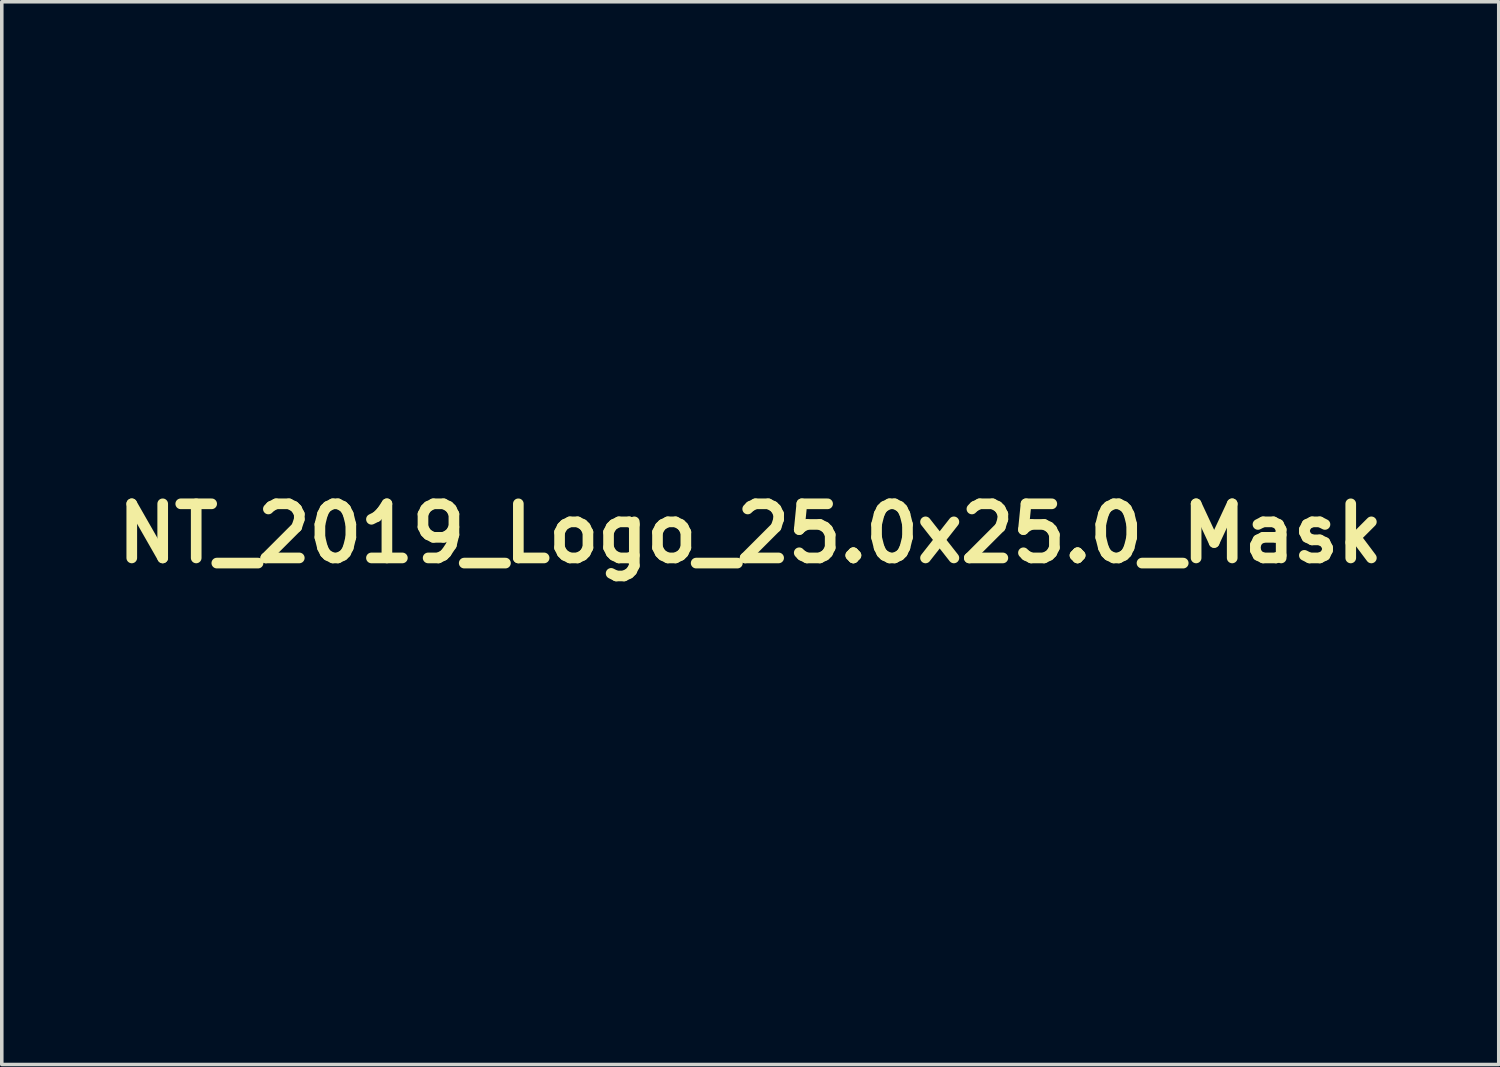
<source format=kicad_pcb>
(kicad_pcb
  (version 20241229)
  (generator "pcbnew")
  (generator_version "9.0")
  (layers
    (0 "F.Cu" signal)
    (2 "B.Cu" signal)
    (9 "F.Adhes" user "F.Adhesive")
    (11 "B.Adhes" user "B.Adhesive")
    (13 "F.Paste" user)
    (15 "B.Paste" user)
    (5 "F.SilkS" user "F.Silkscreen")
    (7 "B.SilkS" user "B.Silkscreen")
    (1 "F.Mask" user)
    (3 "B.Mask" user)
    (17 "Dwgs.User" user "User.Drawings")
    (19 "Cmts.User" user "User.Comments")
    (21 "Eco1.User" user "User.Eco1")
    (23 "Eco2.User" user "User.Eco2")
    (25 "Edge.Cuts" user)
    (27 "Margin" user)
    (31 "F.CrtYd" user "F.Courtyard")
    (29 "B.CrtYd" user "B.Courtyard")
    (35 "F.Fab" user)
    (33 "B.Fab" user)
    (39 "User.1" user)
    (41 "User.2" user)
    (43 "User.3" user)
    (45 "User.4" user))
  (footprint "NT_2019_Logo_25.0x25.0_Mask"
    (layer "F.Cu")
    (at 18.078 11.972)
    (property "Reference" "NT_2019_Logo_25.0x25.0_Mask" (at 0 0 0) (layer "F.SilkS") (effects (font (size 1.524 1.524) (thickness 0.3))))
    (attr through_hole)
    (fp_poly (pts (xy -7.431 5.379) (xy -7.487 5.435) (xy -7.542 5.379) (xy -7.487 5.324) (xy -7.431 5.379)) (stroke (width 0.01) (type solid)) (fill yes) (layer "F.Mask"))
    (fp_poly (pts (xy 5.99 7.043) (xy 5.934 7.099) (xy 5.879 7.043) (xy 5.934 6.988) (xy 5.99 7.043)) (stroke (width 0.01) (type solid)) (fill yes) (layer "F.Mask"))
    (fp_poly (pts (xy 5.99 7.265) (xy 5.934 7.321) (xy 5.879 7.265) (xy 5.934 7.21) (xy 5.99 7.265)) (stroke (width 0.01) (type solid)) (fill yes) (layer "F.Mask"))
    (fp_poly (pts (xy 5.99 7.487) (xy 5.934 7.542) (xy 5.879 7.487) (xy 5.934 7.431) (xy 5.99 7.487)) (stroke (width 0.01) (type solid)) (fill yes) (layer "F.Mask"))
    (fp_poly (pts (xy 5.99 7.709) (xy 5.934 7.764) (xy 5.879 7.709) (xy 5.934 7.653) (xy 5.99 7.709)) (stroke (width 0.01) (type solid)) (fill yes) (layer "F.Mask"))
    (fp_poly (pts (xy 6.1 9.151) (xy 6.045 9.206) (xy 5.99 9.151) (xy 6.045 9.095) (xy 6.1 9.151)) (stroke (width 0.01) (type solid)) (fill yes) (layer "F.Mask"))
    (fp_poly (pts (xy 6.1 9.372) (xy 6.045 9.428) (xy 5.99 9.372) (xy 6.045 9.317) (xy 6.1 9.372)) (stroke (width 0.01) (type solid)) (fill yes) (layer "F.Mask"))
    (fp_poly (pts (xy 6.1 9.594) (xy 6.045 9.65) (xy 5.99 9.594) (xy 6.045 9.539) (xy 6.1 9.594)) (stroke (width 0.01) (type solid)) (fill yes) (layer "F.Mask"))
    (fp_poly (pts (xy 6.1 9.816) (xy 6.045 9.872) (xy 5.99 9.816) (xy 6.045 9.761) (xy 6.1 9.816)) (stroke (width 0.01) (type solid)) (fill yes) (layer "F.Mask"))
    (fp_poly (pts (xy 6.211 7.82) (xy 6.156 7.875) (xy 6.1 7.82) (xy 6.156 7.764) (xy 6.211 7.82)) (stroke (width 0.01) (type solid)) (fill yes) (layer "F.Mask"))
    (fp_poly (pts (xy 6.211 8.041) (xy 6.156 8.097) (xy 6.1 8.041) (xy 6.156 7.986) (xy 6.211 8.041)) (stroke (width 0.01) (type solid)) (fill yes) (layer "F.Mask"))
    (fp_poly (pts (xy 6.211 8.263) (xy 6.156 8.319) (xy 6.1 8.263) (xy 6.156 8.208) (xy 6.211 8.263)) (stroke (width 0.01) (type solid)) (fill yes) (layer "F.Mask"))
    (fp_poly (pts (xy 6.322 10.149) (xy 6.267 10.204) (xy 6.211 10.149) (xy 6.267 10.093) (xy 6.322 10.149)) (stroke (width 0.01) (type solid)) (fill yes) (layer "F.Mask"))
    (fp_poly (pts (xy 6.322 10.371) (xy 6.267 10.426) (xy 6.211 10.371) (xy 6.267 10.315) (xy 6.322 10.371)) (stroke (width 0.01) (type solid)) (fill yes) (layer "F.Mask"))
    (fp_poly (pts (xy 6.322 10.593) (xy 6.267 10.648) (xy 6.211 10.593) (xy 6.267 10.537) (xy 6.322 10.593)) (stroke (width 0.01) (type solid)) (fill yes) (layer "F.Mask"))
    (fp_poly (pts (xy 5.842 -10.056) (xy 5.826 -9.991) (xy 5.768 -9.983) (xy 5.676 -10.023) (xy 5.694 -10.056) (xy 5.825 -10.07) (xy 5.842 -10.056)) (stroke (width 0.01) (type solid)) (fill yes) (layer "F.Mask"))
    (fp_poly (pts (xy 3.215 3.524) (xy 3.217 3.549) (xy 3.131 3.656) (xy 3.099 3.66) (xy 3.033 3.592) (xy 3.05 3.549) (xy 3.15 3.444) (xy 3.168 3.438) (xy 3.215 3.524)) (stroke (width 0.01) (type solid)) (fill yes) (layer "F.Mask"))
    (fp_poly (pts (xy 6.611 -10.69) (xy 6.489 -10.537) (xy 6.322 -10.373) (xy 6.232 -10.315) (xy 6.255 -10.385) (xy 6.378 -10.537) (xy 6.544 -10.701) (xy 6.634 -10.759) (xy 6.611 -10.69)) (stroke (width 0.01) (type solid)) (fill yes) (layer "F.Mask"))
    (fp_poly (pts (xy -4.707 6.516) (xy -4.944 6.768) (xy -5.066 6.87) (xy -5.102 6.843) (xy -5.102 6.842) (xy -5.028 6.754) (xy -4.841 6.573) (xy -4.742 6.482) (xy -4.381 6.156) (xy -4.707 6.516)) (stroke (width 0.01) (type solid)) (fill yes) (layer "F.Mask"))
    (fp_poly (pts (xy -2.077 3.838) (xy -2.053 3.986) (xy -2.127 4.155) (xy -2.224 4.215) (xy -2.363 4.136) (xy -2.377 4.116) (xy -2.36 3.985) (xy -2.239 3.858) (xy -2.104 3.822) (xy -2.077 3.838)) (stroke (width 0.01) (type solid)) (fill yes) (layer "F.Mask"))
    (fp_poly (pts (xy -3.551 6.062) (xy -3.344 6.253) (xy -3.106 6.489) (xy -2.862 6.745) (xy -2.706 6.925) (xy -2.671 6.988) (xy -2.772 6.915) (xy -2.978 6.725) (xy -3.217 6.489) (xy -3.46 6.232) (xy -3.616 6.052) (xy -3.651 5.99) (xy -3.551 6.062)) (stroke (width 0.01) (type solid)) (fill yes) (layer "F.Mask"))
    (fp_poly (pts (xy -3.151 4.839) (xy -3.294 5.01) (xy -3.328 5.047) (xy -3.517 5.233) (xy -3.637 5.323) (xy -3.643 5.324) (xy -3.615 5.254) (xy -3.472 5.083) (xy -3.438 5.047) (xy -3.249 4.86) (xy -3.129 4.771) (xy -3.122 4.769) (xy -3.151 4.839)) (stroke (width 0.01) (type solid)) (fill yes) (layer "F.Mask"))
    (fp_poly (pts (xy 9.269 9.277) (xy 9.114 9.457) (xy 8.984 9.594) (xy 8.755 9.82) (xy 8.593 9.96) (xy 8.553 9.983) (xy 8.589 9.912) (xy 8.744 9.732) (xy 8.873 9.594) (xy 9.102 9.369) (xy 9.264 9.229) (xy 9.305 9.206) (xy 9.269 9.277)) (stroke (width 0.01) (type solid)) (fill yes) (layer "F.Mask"))
    (fp_poly (pts (xy 7.958 -9.375) (xy 8.42 -8.924) (xy 8.742 -8.606) (xy 8.946 -8.397) (xy 9.054 -8.276) (xy 9.085 -8.22) (xy 9.065 -8.208) (xy 8.982 -8.283) (xy 8.772 -8.489) (xy 8.465 -8.798) (xy 8.088 -9.182) (xy 7.928 -9.345) (xy 6.821 -10.482) (xy 7.958 -9.375)) (stroke (width 0.01) (type solid)) (fill yes) (layer "F.Mask"))
    (fp_poly (pts (xy -7.693 2.003) (xy -7.598 2.079) (xy -7.224 2.399) (xy -6.857 2.74) (xy -6.529 3.065) (xy -6.276 3.34) (xy -6.131 3.532) (xy -6.113 3.599) (xy -6.206 3.545) (xy -6.422 3.359) (xy -6.73 3.068) (xy -7.099 2.702) (xy -7.16 2.639) (xy -7.532 2.253) (xy -7.745 2.019) (xy -7.798 1.936) (xy -7.693 2.003)) (stroke (width 0.01) (type solid)) (fill yes) (layer "F.Mask"))
    (fp_poly (pts (xy -5.666 4.067) (xy -5.45 4.266) (xy -5.147 4.559) (xy -4.88 4.825) (xy -4.548 5.164) (xy -4.291 5.437) (xy -4.137 5.61) (xy -4.109 5.657) (xy -4.206 5.583) (xy -4.422 5.383) (xy -4.724 5.091) (xy -4.991 4.825) (xy -5.323 4.486) (xy -5.581 4.213) (xy -5.734 4.039) (xy -5.762 3.993) (xy -5.666 4.067)) (stroke (width 0.01) (type solid)) (fill yes) (layer "F.Mask"))
    (fp_poly (pts (xy -0.369 -0.386) (xy -0.047 -0.222) (xy 0.105 0.048) (xy 0.067 0.404) (xy -0.004 0.562) (xy -0.112 0.686) (xy -0.306 0.752) (xy -0.644 0.775) (xy -0.783 0.776) (xy -1.159 0.768) (xy -1.378 0.725) (xy -1.502 0.627) (xy -1.578 0.489) (xy -1.651 0.221) (xy -1.574 -0.037) (xy -1.544 -0.094) (xy -1.4 -0.282) (xy -1.191 -0.38) (xy -0.844 -0.422) (xy -0.369 -0.386)) (stroke (width 0.01) (type solid)) (fill yes) (layer "F.Mask"))
    (fp_poly (pts (xy -3.102 -6.096) (xy -3.05 -5.879) (xy -3.111 -5.65) (xy -3.3 -5.566) (xy -3.534 -5.606) (xy -3.617 -5.704) (xy -3.629 -5.841) (xy -3.53 -5.841) (xy -3.507 -5.686) (xy -3.365 -5.676) (xy -3.195 -5.784) (xy -3.161 -5.88) (xy -3.23 -6.021) (xy -3.376 -6.029) (xy -3.505 -5.914) (xy -3.53 -5.841) (xy -3.629 -5.841) (xy -3.642 -5.979) (xy -3.509 -6.158) (xy -3.3 -6.191) (xy -3.102 -6.096)) (stroke (width 0.01) (type solid)) (fill yes) (layer "F.Mask"))
    (fp_poly (pts (xy -9.758 9.496) (xy -9.522 9.661) (xy -9.372 9.906) (xy -9.354 10.186) (xy -9.48 10.423) (xy -9.777 10.613) (xy -10.106 10.621) (xy -10.363 10.474) (xy -10.514 10.188) (xy -10.376 10.188) (xy -10.241 10.344) (xy -10.035 10.353) (xy -9.827 10.241) (xy -9.688 10.031) (xy -9.67 9.947) (xy -9.676 9.729) (xy -9.805 9.655) (xy -9.906 9.65) (xy -10.206 9.731) (xy -10.375 9.937) (xy -10.376 10.188) (xy -10.514 10.188) (xy -10.519 10.179) (xy -10.489 9.849) (xy -10.312 9.591) (xy -10.037 9.458) (xy -9.758 9.496)) (stroke (width 0.01) (type solid)) (fill yes) (layer "F.Mask"))
    (fp_poly (pts (xy -9.713 -10.461) (xy -9.459 -10.225) (xy -9.438 -10.189) (xy -9.337 -9.958) (xy -9.369 -9.769) (xy -9.465 -9.607) (xy -9.726 -9.374) (xy -10.04 -9.325) (xy -10.34 -9.469) (xy -10.363 -9.491) (xy -10.519 -9.786) (xy -10.504 -9.959) (xy -10.402 -9.959) (xy -10.371 -9.762) (xy -10.194 -9.651) (xy -9.953 -9.668) (xy -9.752 -9.794) (xy -9.701 -9.884) (xy -9.706 -10.139) (xy -9.848 -10.327) (xy -10.065 -10.381) (xy -10.125 -10.365) (xy -10.308 -10.204) (xy -10.402 -9.959) (xy -10.504 -9.959) (xy -10.492 -10.115) (xy -10.324 -10.362) (xy -10.022 -10.511) (xy -9.713 -10.461)) (stroke (width 0.01) (type solid)) (fill yes) (layer "F.Mask"))
    (fp_poly (pts (xy 10.271 9.466) (xy 10.474 9.602) (xy 10.611 9.862) (xy 10.64 10.187) (xy 10.555 10.465) (xy 10.515 10.515) (xy 10.249 10.643) (xy 9.93 10.62) (xy 9.656 10.462) (xy 9.594 10.386) (xy 9.544 10.239) (xy 9.667 10.239) (xy 9.776 10.306) (xy 9.947 10.296) (xy 10.187 10.22) (xy 10.285 10.021) (xy 10.296 9.947) (xy 10.298 9.726) (xy 10.189 9.659) (xy 10.018 9.669) (xy 9.778 9.745) (xy 9.68 9.944) (xy 9.669 10.018) (xy 9.667 10.239) (xy 9.544 10.239) (xy 9.488 10.072) (xy 9.548 9.783) (xy 9.729 9.559) (xy 9.985 9.439) (xy 10.271 9.466)) (stroke (width 0.01) (type solid)) (fill yes) (layer "F.Mask"))
    (fp_poly (pts (xy 10.374 -10.446) (xy 10.572 -10.217) (xy 10.638 -9.918) (xy 10.546 -9.619) (xy 10.445 -9.501) (xy 10.143 -9.334) (xy 9.844 -9.388) (xy 9.65 -9.539) (xy 9.484 -9.773) (xy 9.445 -9.906) (xy 9.65 -9.906) (xy 9.684 -9.713) (xy 9.831 -9.661) (xy 9.955 -9.67) (xy 10.192 -9.749) (xy 10.288 -9.959) (xy 10.295 -10.011) (xy 10.263 -10.287) (xy 10.155 -10.384) (xy 9.918 -10.375) (xy 9.73 -10.201) (xy 9.65 -9.918) (xy 9.65 -9.906) (xy 9.445 -9.906) (xy 9.428 -9.965) (xy 9.524 -10.227) (xy 9.76 -10.442) (xy 10.051 -10.537) (xy 10.067 -10.537) (xy 10.374 -10.446)) (stroke (width 0.01) (type solid)) (fill yes) (layer "F.Mask"))
    (fp_poly (pts (xy -1.406 -11.966) (xy -0.142 -11.962) (xy 1.129 -11.956) (xy 2.389 -11.947) (xy 3.615 -11.937) (xy 4.788 -11.924) (xy 5.886 -11.909) (xy 6.89 -11.892) (xy 7.778 -11.873) (xy 8.53 -11.852) (xy 9.125 -11.83) (xy 9.544 -11.807) (xy 9.764 -11.781) (xy 9.78 -11.777) (xy 10.529 -11.42) (xy 11.142 -10.907) (xy 11.588 -10.268) (xy 11.924 -9.61) (xy 11.954 -0.177) (xy 11.959 1.554) (xy 11.964 3.077) (xy 11.967 4.408) (xy 11.966 5.56) (xy 11.961 6.548) (xy 11.952 7.386) (xy 11.936 8.09) (xy 11.913 8.672) (xy 11.882 9.149) (xy 11.842 9.534) (xy 11.793 9.841) (xy 11.732 10.086) (xy 11.659 10.282) (xy 11.573 10.444) (xy 11.473 10.587) (xy 11.358 10.725) (xy 11.227 10.872) (xy 11.191 10.912) (xy 10.796 11.275) (xy 10.326 11.586) (xy 10.181 11.659) (xy 9.594 11.924) (xy 0.222 11.944) (xy -1.461 11.947) (xy -2.937 11.949) (xy -4.22 11.949) (xy -5.325 11.948) (xy -6.266 11.944) (xy -7.057 11.938) (xy -7.714 11.93) (xy -8.251 11.919) (xy -8.682 11.905) (xy -9.022 11.888) (xy -9.285 11.867) (xy -9.486 11.843) (xy -9.639 11.815) (xy -9.738 11.79) (xy -10.403 11.484) (xy -10.996 11.007) (xy -11.467 10.406) (xy -11.668 10.006) (xy -11.924 9.372) (xy -11.932 7.236) (xy -11.736 7.236) (xy -11.729 8.134) (xy -11.639 8.984) (xy -11.475 9.731) (xy -11.244 10.321) (xy -11.233 10.342) (xy -10.908 10.822) (xy -10.502 11.188) (xy -9.988 11.454) (xy -9.338 11.628) (xy -8.525 11.723) (xy -7.71 11.75) (xy -6.379 11.757) (xy -7.009 11.127) (xy -6.262 11.127) (xy -6.246 11.302) (xy -6.185 11.473) (xy -6.117 11.445) (xy -6.077 11.378) (xy -6.006 11.14) (xy -6.01 11.036) (xy -6.106 10.936) (xy -6.179 10.96) (xy -6.262 11.127) (xy -7.009 11.127) (xy -9.041 9.094) (xy -11.702 6.43) (xy -11.736 7.236) (xy -11.932 7.236) (xy -11.935 6.218) (xy -11.388 6.218) (xy -11.345 6.331) (xy -11.252 6.44) (xy -11.049 6.664) (xy -11.019 6.609) (xy -10.875 6.609) (xy -8.923 8.546) (xy -8.373 9.096) (xy -7.868 9.611) (xy -7.432 10.065) (xy -7.089 10.433) (xy -6.864 10.689) (xy -6.789 10.788) (xy -6.606 11.094) (xy -6.271 10.759) (xy -5.937 10.424) (xy -7.876 8.485) (xy -7.431 8.485) (xy -7.343 8.704) (xy -7.142 8.902) (xy -6.932 8.984) (xy -6.737 8.912) (xy -6.607 8.81) (xy -6.466 8.606) (xy -6.433 8.485) (xy -6.521 8.267) (xy -6.722 8.068) (xy -6.932 7.986) (xy -7.151 8.074) (xy -7.349 8.275) (xy -7.431 8.485) (xy -7.876 8.485) (xy -8.678 7.683) (xy -8.44 7.683) (xy -8.194 7.946) (xy -8.005 8.126) (xy -7.883 8.208) (xy -7.879 8.208) (xy -7.775 8.133) (xy -7.565 7.936) (xy -7.291 7.658) (xy -7.279 7.646) (xy -6.766 7.646) (xy -6.675 7.76) (xy -6.556 7.816) (xy -6.321 7.993) (xy -6.181 8.293) (xy -6.166 8.625) (xy -6.218 8.78) (xy -6.383 9.015) (xy -6.517 9.135) (xy -6.571 9.217) (xy -6.509 9.361) (xy -6.311 9.597) (xy -6.101 9.816) (xy -5.522 10.402) (xy -5.645 10.974) (xy -5.715 11.318) (xy -5.759 11.575) (xy -5.768 11.655) (xy -5.657 11.678) (xy -5.329 11.698) (xy -4.788 11.714) (xy -4.036 11.726) (xy -3.079 11.734) (xy -1.92 11.739) (xy -0.563 11.739) (xy 0.987 11.736) (xy 1.913 11.733) (xy 3.405 11.727) (xy 4.692 11.721) (xy 5.789 11.715) (xy 6.714 11.707) (xy 7.483 11.699) (xy 8.112 11.689) (xy 8.618 11.676) (xy 9.017 11.66) (xy 9.325 11.641) (xy 9.559 11.618) (xy 9.735 11.59) (xy 9.87 11.558) (xy 9.981 11.519) (xy 10.082 11.475) (xy 10.093 11.47) (xy 10.688 11.082) (xy 11.184 10.542) (xy 11.528 9.913) (xy 11.585 9.747) (xy 11.647 9.446) (xy 11.697 9.033) (xy 11.734 8.552) (xy 11.756 8.049) (xy 11.763 7.569) (xy 11.753 7.155) (xy 11.726 6.853) (xy 11.68 6.709) (xy 11.654 6.706) (xy 11.511 6.695) (xy 11.488 6.668) (xy 11.362 6.653) (xy 11.119 6.732) (xy 11.009 6.785) (xy 10.571 6.924) (xy 10.006 6.977) (xy 9.39 6.948) (xy 8.801 6.839) (xy 8.338 6.668) (xy 8.168 6.597) (xy 9.422 6.597) (xy 9.529 6.614) (xy 9.811 6.621) (xy 9.816 6.621) (xy 10.111 6.615) (xy 10.24 6.599) (xy 10.179 6.576) (xy 9.841 6.556) (xy 9.513 6.575) (xy 9.422 6.597) (xy 8.168 6.597) (xy 7.976 6.518) (xy 10.585 6.518) (xy 10.694 6.535) (xy 10.838 6.515) (xy 10.84 6.477) (xy 10.691 6.451) (xy 10.627 6.468) (xy 10.585 6.518) (xy 7.976 6.518) (xy 7.955 6.509) (xy 7.668 6.49) (xy 7.587 6.511) (xy 7.495 6.557) (xy 7.49 6.621) (xy 7.595 6.721) (xy 7.834 6.876) (xy 8.229 7.104) (xy 8.621 7.321) (xy 9.129 7.594) (xy 9.588 7.829) (xy 9.954 8.002) (xy 10.181 8.092) (xy 10.203 8.098) (xy 10.418 8.175) (xy 10.503 8.306) (xy 10.451 8.51) (xy 10.252 8.806) (xy 9.899 9.212) (xy 9.523 9.604) (xy 9.008 10.109) (xy 8.615 10.443) (xy 8.333 10.612) (xy 8.149 10.621) (xy 8.052 10.476) (xy 8.031 10.307) (xy 7.974 10.098) (xy 7.83 9.748) (xy 7.62 9.307) (xy 7.388 8.865) (xy 6.757 7.709) (xy 6.815 8.541) (xy 6.845 9.043) (xy 6.874 9.659) (xy 6.897 10.28) (xy 6.903 10.482) (xy 6.932 11.591) (xy 5.712 11.591) (xy 5.634 10.593) (xy 5.596 10.07) (xy 5.552 9.414) (xy 5.508 8.716) (xy 5.475 8.152) (xy 5.438 7.573) (xy 5.404 7.206) (xy 5.376 7.063) (xy 5.78 7.063) (xy 5.782 7.329) (xy 5.798 7.718) (xy 5.827 8.252) (xy 5.869 8.954) (xy 5.924 9.845) (xy 5.947 10.232) (xy 6.013 11.314) (xy 6.344 11.314) (xy 6.557 11.299) (xy 6.637 11.211) (xy 6.626 10.986) (xy 6.613 10.898) (xy 6.589 10.648) (xy 6.559 10.224) (xy 6.528 9.672) (xy 6.498 9.042) (xy 6.48 8.596) (xy 6.451 7.967) (xy 6.417 7.414) (xy 6.381 6.975) (xy 6.346 6.691) (xy 6.693 6.691) (xy 6.719 6.807) (xy 6.833 7.076) (xy 7.017 7.458) (xy 7.248 7.913) (xy 7.506 8.403) (xy 7.77 8.888) (xy 8.018 9.327) (xy 8.229 9.682) (xy 8.382 9.913) (xy 8.451 9.983) (xy 8.495 10.046) (xy 8.43 10.149) (xy 8.306 10.31) (xy 8.324 10.32) (xy 8.473 10.191) (xy 8.74 9.933) (xy 9.115 9.555) (xy 9.319 9.346) (xy 9.631 9.022) (xy 9.828 8.809) (xy 9.899 8.722) (xy 9.831 8.775) (xy 9.788 8.814) (xy 9.539 9.028) (xy 9.368 9.141) (xy 9.317 9.137) (xy 9.391 8.99) (xy 9.572 8.784) (xy 9.594 8.762) (xy 9.781 8.568) (xy 9.87 8.438) (xy 9.872 8.431) (xy 9.78 8.351) (xy 9.533 8.193) (xy 9.168 7.977) (xy 8.727 7.726) (xy 8.249 7.462) (xy 7.774 7.206) (xy 7.341 6.98) (xy 6.99 6.806) (xy 6.761 6.705) (xy 6.693 6.691) (xy 6.346 6.691) (xy 6.346 6.69) (xy 6.321 6.6) (xy 6.261 6.489) (xy 7.099 6.489) (xy 7.154 6.544) (xy 7.21 6.489) (xy 7.154 6.433) (xy 7.099 6.489) (xy 6.261 6.489) (xy 6.209 6.395) (xy 6.182 6.322) (xy 6.156 6.293) (xy 6.166 6.449) (xy 6.167 6.461) (xy 6.164 6.685) (xy 6.046 6.762) (xy 5.973 6.766) (xy 5.907 6.763) (xy 5.854 6.768) (xy 5.816 6.805) (xy 5.791 6.895) (xy 5.78 7.063) (xy 5.376 7.063) (xy 5.372 7.044) (xy 5.34 7.076) (xy 5.325 7.154) (xy 5.183 7.687) (xy 4.954 8.125) (xy 4.67 8.412) (xy 4.593 8.454) (xy 4.365 8.52) (xy 4.179 8.436) (xy 4.08 8.344) (xy 3.919 8.049) (xy 3.854 7.629) (xy 3.856 7.589) (xy 4.149 7.589) (xy 4.205 7.962) (xy 4.227 8.008) (xy 4.359 8.255) (xy 4.452 8.003) (xy 4.559 7.834) (xy 4.65 7.814) (xy 4.791 7.797) (xy 4.834 7.749) (xy 4.85 7.672) (xy 4.768 7.71) (xy 4.671 7.736) (xy 4.702 7.595) (xy 4.704 7.588) (xy 4.765 7.376) (xy 4.88 7.376) (xy 4.936 7.431) (xy 4.991 7.376) (xy 4.936 7.321) (xy 4.88 7.376) (xy 4.765 7.376) (xy 4.772 7.352) (xy 4.846 7.005) (xy 4.873 6.849) (xy 4.875 6.812) (xy 5 6.812) (xy 5.02 6.956) (xy 5.058 6.958) (xy 5.085 6.809) (xy 5.067 6.745) (xy 5.018 6.703) (xy 5 6.812) (xy 4.875 6.812) (xy 4.897 6.486) (xy 4.83 6.321) (xy 4.687 6.359) (xy 4.483 6.608) (xy 4.445 6.668) (xy 4.233 7.134) (xy 4.149 7.589) (xy 3.856 7.589) (xy 3.885 7.162) (xy 4.014 6.725) (xy 4.045 6.662) (xy 4.154 6.434) (xy 4.141 6.341) (xy 3.99 6.322) (xy 3.948 6.322) (xy 3.449 6.232) (xy 2.984 5.99) (xy 2.614 5.64) (xy 2.395 5.226) (xy 2.374 5.141) (xy 2.352 5.049) (xy 2.693 5.049) (xy 2.887 5.328) (xy 2.917 5.357) (xy 3.055 5.496) (xy 3.029 5.494) (xy 2.945 5.435) (xy 2.792 5.327) (xy 2.793 5.354) (xy 2.922 5.511) (xy 3.14 5.677) (xy 3.301 5.686) (xy 3.417 5.677) (xy 3.41 5.723) (xy 3.466 5.784) (xy 3.691 5.808) (xy 3.808 5.805) (xy 4.27 5.783) (xy 3.882 5.871) (xy 3.642 5.93) (xy 3.608 5.959) (xy 3.767 5.973) (xy 3.806 5.975) (xy 4.12 5.945) (xy 4.129 5.942) (xy 4.768 5.942) (xy 4.843 6.137) (xy 4.999 6.209) (xy 5.09 6.082) (xy 5.09 6.081) (xy 5.227 6.081) (xy 5.33 6.204) (xy 5.379 6.211) (xy 5.498 6.135) (xy 5.541 5.885) (xy 5.542 5.801) (xy 5.657 5.801) (xy 5.666 6.207) (xy 5.701 6.435) (xy 5.772 6.532) (xy 5.836 6.544) (xy 5.934 6.514) (xy 5.973 6.389) (xy 5.962 6.122) (xy 5.937 5.906) (xy 5.866 5.461) (xy 5.842 5.379) (xy 6.034 5.379) (xy 6.107 5.639) (xy 6.27 6.063) (xy 6.277 6.078) (xy 6.394 6.315) (xy 6.51 6.378) (xy 6.644 6.328) (xy 6.731 6.272) (xy 8.365 6.272) (xy 8.375 6.324) (xy 8.494 6.415) (xy 8.621 6.431) (xy 8.652 6.39) (xy 8.565 6.318) (xy 8.479 6.28) (xy 8.365 6.272) (xy 6.731 6.272) (xy 6.766 6.25) (xy 6.793 6.156) (xy 7.321 6.156) (xy 7.376 6.211) (xy 7.431 6.156) (xy 7.376 6.1) (xy 7.321 6.156) (xy 6.793 6.156) (xy 6.794 6.151) (xy 6.724 5.972) (xy 6.624 5.789) (xy 6.992 5.789) (xy 7.072 5.846) (xy 7.172 5.936) (xy 7.165 5.971) (xy 7.223 6.027) (xy 7.387 6.045) (xy 7.606 5.981) (xy 7.636 5.904) (xy 8.006 5.904) (xy 8.097 6.105) (xy 8.208 6.166) (xy 8.501 6.209) (xy 8.747 6.285) (xy 8.886 6.371) (xy 8.875 6.432) (xy 8.898 6.468) (xy 9.099 6.477) (xy 9.437 6.461) (xy 9.868 6.423) (xy 10.353 6.364) (xy 10.426 6.354) (xy 10.752 6.309) (xy 10.987 6.28) (xy 11.036 6.275) (xy 11.125 6.195) (xy 11.124 6.156) (xy 11.424 6.156) (xy 11.48 6.211) (xy 11.535 6.156) (xy 11.48 6.1) (xy 11.424 6.156) (xy 11.124 6.156) (xy 11.117 5.951) (xy 11.108 5.899) (xy 10.984 5.763) (xy 10.697 5.619) (xy 10.302 5.489) (xy 9.857 5.391) (xy 9.539 5.352) (xy 8.959 5.35) (xy 8.49 5.431) (xy 8.164 5.582) (xy 8.01 5.794) (xy 8.006 5.904) (xy 7.636 5.904) (xy 7.653 5.858) (xy 7.562 5.68) (xy 7.355 5.585) (xy 7.134 5.607) (xy 7.06 5.66) (xy 6.992 5.789) (xy 6.624 5.789) (xy 6.582 5.712) (xy 6.394 5.428) (xy 6.303 5.335) (xy 6.686 5.335) (xy 6.71 5.446) (xy 6.718 5.467) (xy 6.805 5.603) (xy 6.855 5.604) (xy 6.843 5.487) (xy 6.78 5.405) (xy 6.686 5.335) (xy 6.303 5.335) (xy 6.217 5.247) (xy 6.139 5.213) (xy 6.046 5.249) (xy 6.034 5.379) (xy 5.842 5.379) (xy 5.793 5.218) (xy 5.727 5.182) (xy 5.678 5.357) (xy 5.657 5.746) (xy 5.657 5.801) (xy 5.542 5.801) (xy 5.542 5.795) (xy 5.533 5.535) (xy 5.495 5.467) (xy 5.402 5.56) (xy 5.376 5.595) (xy 5.242 5.855) (xy 5.227 6.081) (xy 5.09 6.081) (xy 5.102 5.959) (xy 5.166 5.675) (xy 5.28 5.452) (xy 5.403 5.225) (xy 5.375 5.143) (xy 5.222 5.214) (xy 5.053 5.363) (xy 4.839 5.658) (xy 4.768 5.942) (xy 4.129 5.942) (xy 4.333 5.875) (xy 4.513 5.692) (xy 4.52 5.461) (xy 4.387 5.211) (xy 4.271 5.094) (xy 6.433 5.094) (xy 6.473 5.167) (xy 6.627 5.228) (xy 6.942 5.295) (xy 7.016 5.309) (xy 7.089 5.234) (xy 7.099 5.158) (xy 6.999 5.026) (xy 6.766 4.991) (xy 6.532 5.021) (xy 6.433 5.093) (xy 6.433 5.094) (xy 4.271 5.094) (xy 4.149 4.972) (xy 3.839 4.773) (xy 3.492 4.644) (xy 3.142 4.615) (xy 2.93 4.662) (xy 2.707 4.823) (xy 2.693 5.049) (xy 2.352 5.049) (xy 2.316 4.9) (xy 2.226 4.837) (xy 2.037 4.915) (xy 2.011 4.928) (xy 1.557 5.096) (xy 0.965 5.222) (xy 0.315 5.294) (xy -0.31 5.3) (xy -0.426 5.293) (xy -0.933 5.226) (xy -1.442 5.1) (xy -2.025 4.896) (xy -2.458 4.72) (xy -2.493 4.77) (xy -2.44 4.989) (xy -2.298 5.386) (xy -2.062 5.968) (xy -1.765 6.664) (xy -1.393 7.534) (xy -1.123 8.21) (xy -0.957 8.697) (xy -0.9 9.002) (xy -0.955 9.13) (xy -1.126 9.087) (xy -1.418 8.877) (xy -1.835 8.508) (xy -2.379 7.985) (xy -2.56 7.807) (xy -3.997 6.385) (xy -4.406 6.794) (xy -4.814 7.203) (xy -4.556 7.478) (xy -4.374 7.749) (xy -4.402 7.952) (xy -4.642 8.09) (xy -4.843 8.135) (xy -5.366 8.201) (xy -5.738 8.188) (xy -6.017 8.084) (xy -6.263 7.879) (xy -6.267 7.875) (xy -6.34 7.808) (xy -5.728 7.808) (xy -5.601 7.861) (xy -5.299 7.875) (xy -5.28 7.875) (xy -4.981 7.859) (xy -4.802 7.818) (xy -4.779 7.792) (xy -4.862 7.678) (xy -5.064 7.477) (xy -5.222 7.335) (xy -5.657 6.962) (xy -5.657 7.243) (xy -5.683 7.533) (xy -5.724 7.7) (xy -5.728 7.808) (xy -6.34 7.808) (xy -6.543 7.621) (xy -6.712 7.547) (xy -6.766 7.646) (xy -7.279 7.646) (xy -7.261 7.626) (xy -7.017 7.364) (xy -6.926 7.255) (xy -6.985 7.294) (xy -7.144 7.432) (xy -7.578 7.82) (xy -7.271 7.405) (xy -7.09 7.092) (xy -7.059 6.955) (xy -6.655 6.955) (xy -6.584 7.074) (xy -6.405 7.287) (xy -6.301 7.398) (xy -6.042 7.619) (xy -5.875 7.639) (xy -5.788 7.453) (xy -5.769 7.182) (xy -5.789 6.986) (xy -5.891 6.899) (xy -6.139 6.877) (xy -6.211 6.877) (xy -6.489 6.894) (xy -6.644 6.937) (xy -6.655 6.955) (xy -7.059 6.955) (xy -7.032 6.834) (xy -7.084 6.719) (xy -6.855 6.719) (xy -6.296 6.743) (xy -5.738 6.767) (xy -6.224 6.334) (xy -6.485 6.106) (xy -6.666 5.955) (xy -6.723 5.917) (xy -6.745 6.026) (xy -6.786 6.272) (xy -6.795 6.326) (xy -6.855 6.719) (xy -7.084 6.719) (xy -7.102 6.679) (xy -7.194 6.655) (xy -7.322 6.724) (xy -7.562 6.906) (xy -7.86 7.162) (xy -7.868 7.169) (xy -8.44 7.683) (xy -8.678 7.683) (xy -9.595 6.766) (xy -8.984 6.766) (xy -8.901 7.099) (xy -8.686 7.287) (xy -8.396 7.31) (xy -8.085 7.143) (xy -8.078 7.137) (xy -7.891 6.853) (xy -7.891 6.563) (xy -8.054 6.33) (xy -8.357 6.215) (xy -8.43 6.211) (xy -8.768 6.291) (xy -8.951 6.529) (xy -8.984 6.766) (xy -9.595 6.766) (xy -10.313 6.048) (xy -10.594 6.329) (xy -10.875 6.609) (xy -11.019 6.609) (xy -10.912 6.41) (xy -10.831 6.216) (xy -10.889 6.134) (xy -10.94 6.119) (xy -11.189 6.124) (xy -11.28 6.149) (xy -11.388 6.218) (xy -11.935 6.218) (xy -11.937 5.877) (xy -11.77 5.877) (xy -10.149 5.745) (xy -9.772 6.139) (xy -9.395 6.533) (xy -9.09 6.206) (xy -8.825 5.99) (xy -8.565 5.882) (xy -8.524 5.879) (xy -8.371 5.861) (xy -8.3 5.772) (xy -8.298 5.74) (xy -7.875 5.74) (xy -7.807 5.83) (xy -7.632 6.033) (xy -7.459 6.228) (xy -7.043 6.688) (xy -6.973 6.367) (xy -6.917 6.075) (xy -6.89 5.879) (xy -6.941 5.77) (xy -7.145 5.72) (xy -7.376 5.712) (xy -7.674 5.718) (xy -7.852 5.731) (xy -7.875 5.74) (xy -8.298 5.74) (xy -8.289 5.554) (xy -8.289 5.546) (xy -7.986 5.546) (xy -7.542 5.546) (xy -7.264 5.539) (xy -7.11 5.52) (xy -7.099 5.513) (xy -7.171 5.424) (xy -7.358 5.23) (xy -7.481 5.107) (xy -7.255 5.107) (xy -6.264 6.103) (xy -5.886 6.479) (xy -5.566 6.79) (xy -5.334 7.006) (xy -5.223 7.098) (xy -5.219 7.099) (xy -5.119 7.027) (xy -4.908 6.838) (xy -4.634 6.575) (xy -4.102 6.051) (xy -4.164 5.989) (xy -3.934 5.989) (xy -2.666 7.261) (xy -2.238 7.686) (xy -1.868 8.047) (xy -1.582 8.318) (xy -1.407 8.474) (xy -1.366 8.501) (xy -1.397 8.394) (xy -1.502 8.118) (xy -1.669 7.706) (xy -1.882 7.192) (xy -2.067 6.758) (xy -2.313 6.188) (xy -2.529 5.693) (xy -2.7 5.306) (xy -2.811 5.063) (xy -2.846 4.997) (xy -2.941 5.043) (xy -3.145 5.213) (xy -3.413 5.468) (xy -3.934 5.989) (xy -4.164 5.989) (xy -5.127 5.022) (xy -5.514 4.639) (xy -5.848 4.32) (xy -6.097 4.096) (xy -6.228 3.996) (xy -6.23 3.995) (xy -5.927 3.995) (xy -4.052 5.88) (xy -2.943 4.771) (xy -3.723 3.986) (xy -2.773 3.986) (xy -2.683 4.09) (xy -2.6 4.104) (xy -2.488 4.161) (xy -2.501 4.223) (xy -2.472 4.304) (xy -2.258 4.307) (xy -2.003 4.22) (xy -1.922 4.055) (xy -1.775 4.055) (xy -1.721 4.17) (xy -1.664 4.159) (xy -1.598 4.073) (xy -1.407 4.073) (xy -1.207 4.156) (xy -1.081 4.191) (xy -0.823 4.31) (xy -0.728 4.458) (xy -0.808 4.587) (xy -0.971 4.638) (xy -1.182 4.715) (xy -1.195 4.814) (xy -1.015 4.877) (xy -0.945 4.88) (xy -0.715 4.816) (xy -0.596 4.588) (xy -0.596 4.586) (xy -0.598 4.554) (xy -0.277 4.554) (xy -0.175 4.686) (xy 0.094 4.779) (xy 0.111 4.783) (xy 0.393 4.832) (xy 0.571 4.864) (xy 0.582 4.866) (xy 0.663 4.797) (xy 0.666 4.769) (xy 0.569 4.691) (xy 0.339 4.659) (xy 0.044 4.618) (xy -0.044 4.51) (xy 0.079 4.357) (xy 0.229 4.267) (xy 0.334 4.201) (xy 0.721 4.201) (xy 1.019 4.208) (xy 1.272 4.255) (xy 1.397 4.355) (xy 1.358 4.465) (xy 1.283 4.505) (xy 1.131 4.615) (xy 1.109 4.674) (xy 1.189 4.711) (xy 1.331 4.659) (xy 1.507 4.505) (xy 1.553 4.391) (xy 1.462 4.163) (xy 1.237 4.059) (xy 0.985 4.095) (xy 0.721 4.201) (xy 0.334 4.201) (xy 0.441 4.134) (xy 0.52 4.038) (xy 0.515 4.027) (xy 0.381 4.03) (xy 0.162 4.137) (xy -0.069 4.297) (xy -0.237 4.463) (xy -0.277 4.554) (xy -0.598 4.554) (xy -0.614 4.287) (xy -0.813 4.078) (xy -1.158 3.993) (xy -1.186 3.993) (xy -1.402 4.015) (xy -1.407 4.073) (xy -1.598 4.073) (xy -1.557 4.018) (xy -1.553 3.986) (xy -1.607 3.922) (xy 1.554 3.922) (xy 1.635 3.972) (xy 1.719 3.953) (xy 1.862 3.965) (xy 1.886 4.03) (xy 1.959 4.223) (xy 2.119 4.392) (xy 2.231 4.437) (xy 2.395 4.401) (xy 2.487 4.369) (xy 2.65 4.259) (xy 2.623 4.17) (xy 2.434 4.159) (xy 2.385 4.169) (xy 2.179 4.19) (xy 2.111 4.079) (xy 2.107 4.002) (xy 2.176 3.783) (xy 2.274 3.7) (xy 2.42 3.596) (xy 2.44 3.546) (xy 2.35 3.529) (xy 2.124 3.592) (xy 1.998 3.641) (xy 1.727 3.774) (xy 1.57 3.89) (xy 1.554 3.922) (xy -1.607 3.922) (xy -1.637 3.885) (xy -1.664 3.882) (xy -1.761 3.972) (xy -1.775 4.055) (xy -1.922 4.055) (xy -1.906 4.021) (xy -1.946 3.749) (xy -2.036 3.605) (xy -2.21 3.48) (xy -2.356 3.441) (xy -2.406 3.498) (xy -2.382 3.554) (xy -2.38 3.713) (xy -2.486 3.874) (xy -2.629 3.944) (xy -2.675 3.93) (xy -2.767 3.951) (xy -2.773 3.986) (xy -3.723 3.986) (xy -3.826 3.883) (xy -4.189 3.528) (xy -4.502 3.24) (xy -4.509 3.234) (xy -3.66 3.234) (xy -3.589 3.322) (xy -3.449 3.286) (xy -3.383 3.217) (xy -3.246 3.104) (xy -3.153 3.171) (xy -3.163 3.333) (xy -3.162 3.537) (xy -3.086 3.754) (xy -2.974 3.878) (xy -2.952 3.882) (xy -2.942 3.782) (xy -2.932 3.527) (xy -2.93 3.426) (xy 2.621 3.426) (xy 2.752 3.383) (xy 2.842 3.316) (xy 2.972 3.226) (xy 2.979 3.306) (xy 2.948 3.411) (xy 2.92 3.695) (xy 3.036 3.848) (xy 3.199 3.856) (xy 3.341 3.732) (xy 3.361 3.508) (xy 3.363 3.303) (xy 3.431 3.282) (xy 3.5 3.332) (xy 3.631 3.401) (xy 3.647 3.317) (xy 3.55 3.114) (xy 3.486 3.018) (xy 3.313 2.852) (xy 3.186 2.854) (xy 3.159 3.011) (xy 3.176 3.082) (xy 3.205 3.204) (xy 3.136 3.129) (xy 3.123 3.11) (xy 3.015 3.014) (xy 2.879 3.071) (xy 2.779 3.156) (xy 2.625 3.337) (xy 2.621 3.426) (xy -2.93 3.426) (xy -2.928 3.324) (xy -2.935 3.015) (xy -2.962 2.828) (xy -2.985 2.801) (xy -3.122 2.871) (xy -3.355 2.988) (xy -3.57 3.123) (xy -3.66 3.234) (xy -3.66 3.234) (xy -4.509 3.234) (xy -4.728 3.052) (xy -4.827 2.995) (xy -4.961 3.069) (xy -5.193 3.261) (xy -5.436 3.495) (xy -5.927 3.995) (xy -6.23 3.995) (xy -6.237 3.993) (xy -6.314 4.083) (xy -6.322 4.151) (xy -6.401 4.306) (xy -6.604 4.537) (xy -6.789 4.708) (xy -7.255 5.107) (xy -7.481 5.107) (xy -7.542 5.047) (xy -7.986 4.613) (xy -7.986 5.546) (xy -8.289 5.546) (xy -8.302 5.32) (xy -8.309 4.815) (xy -8.255 4.445) (xy -8.148 4.243) (xy -8.074 4.215) (xy -7.909 4.285) (xy -7.69 4.454) (xy -7.686 4.458) (xy -7.428 4.7) (xy -6.984 4.267) (xy -6.541 3.834) (xy -7.762 2.608) (xy -8.182 2.179) (xy -8.54 1.796) (xy -8.808 1.491) (xy -8.823 1.473) (xy -8.319 1.473) (xy -8.303 1.525) (xy -8.152 1.71) (xy -7.888 2.001) (xy -7.533 2.375) (xy -7.267 2.647) (xy -6.846 3.07) (xy -6.481 3.43) (xy -6.198 3.701) (xy -6.025 3.856) (xy -5.987 3.882) (xy -5.883 3.809) (xy -5.674 3.619) (xy -5.437 3.385) (xy -5.192 3.122) (xy -5.034 2.927) (xy -4.998 2.846) (xy -5.108 2.795) (xy -5.381 2.677) (xy -5.488 2.632) (xy -4.151 2.632) (xy -4.141 2.726) (xy -4.008 2.83) (xy -3.784 2.861) (xy -3.563 2.823) (xy -3.442 2.72) (xy -3.438 2.694) (xy -3.366 2.562) (xy -3.321 2.551) (xy -3.261 2.48) (xy -3.286 2.418) (xy -3.297 2.408) (xy 3.448 2.408) (xy 3.478 2.526) (xy 3.591 2.551) (xy 3.786 2.629) (xy 3.882 2.717) (xy 4.021 2.856) (xy 4.074 2.884) (xy 4.088 2.8) (xy 4.064 2.717) (xy 4.077 2.574) (xy 4.146 2.551) (xy 4.324 2.475) (xy 4.492 2.329) (xy 4.618 2.159) (xy 4.581 2.118) (xy 4.396 2.208) (xy 4.219 2.326) (xy 3.952 2.468) (xy 3.801 2.433) (xy 3.771 2.311) (xy 3.861 2.229) (xy 3.938 2.218) (xy 4.086 2.193) (xy 4.104 2.172) (xy 4.139 2.042) (xy 4.176 1.938) (xy 4.187 1.843) (xy 4.083 1.868) (xy 3.844 2.012) (xy 3.576 2.225) (xy 3.448 2.408) (xy -3.297 2.408) (xy -3.369 2.342) (xy -3.413 2.418) (xy -3.547 2.54) (xy -3.614 2.551) (xy -3.756 2.618) (xy -3.771 2.669) (xy -3.842 2.729) (xy -3.904 2.704) (xy -3.98 2.62) (xy -3.904 2.577) (xy -3.821 2.472) (xy -3.836 2.425) (xy -3.95 2.381) (xy -4.078 2.473) (xy -4.151 2.632) (xy -5.488 2.632) (xy -5.775 2.511) (xy -6.248 2.314) (xy -6.757 2.104) (xy -7.26 1.897) (xy -7.715 1.712) (xy -8.079 1.566) (xy -8.31 1.476) (xy -8.319 1.473) (xy -8.823 1.473) (xy -8.96 1.294) (xy -8.984 1.243) (xy -8.972 1.149) (xy -8.925 1.088) (xy -8.824 1.065) (xy -8.651 1.085) (xy -8.389 1.156) (xy -8.019 1.281) (xy -7.523 1.468) (xy -6.885 1.722) (xy -6.084 2.048) (xy -5.105 2.453) (xy -4.675 2.632) (xy -4.602 2.621) (xy -4.649 2.463) (xy -4.709 2.341) (xy -4.326 2.341) (xy -4.251 2.369) (xy -4.084 2.283) (xy -3.855 2.178) (xy -3.696 2.235) (xy -3.572 2.297) (xy -3.552 2.222) (xy -3.629 2.066) (xy -3.738 1.934) (xy -3.89 1.815) (xy -3.965 1.867) (xy -3.977 1.898) (xy -4.111 2.092) (xy -4.176 2.141) (xy -4.31 2.282) (xy -4.326 2.341) (xy -4.709 2.341) (xy -4.72 2.318) (xy -4.999 1.589) (xy -5.165 0.744) (xy -5.21 -0.14) (xy -5.158 -0.67) (xy -4.548 -0.67) (xy -4.527 -0.562) (xy -4.434 -0.494) (xy -4.227 -0.454) (xy -3.861 -0.429) (xy -3.633 -0.42) (xy -3.165 -0.396) (xy -2.883 -0.356) (xy -2.746 -0.294) (xy -2.717 -0.222) (xy -2.772 -0.128) (xy -2.96 -0.062) (xy -3.318 -0.016) (xy -3.526 0) (xy -4.039 0.057) (xy -4.345 0.145) (xy -4.439 0.222) (xy -4.514 0.446) (xy -4.544 0.747) (xy -4.525 1.02) (xy -4.474 1.146) (xy -4.338 1.178) (xy -4.032 1.202) (xy -3.607 1.217) (xy -3.309 1.22) (xy -2.809 1.217) (xy -2.491 1.202) (xy -2.313 1.167) (xy -2.236 1.104) (xy -2.218 1.004) (xy -2.218 0.998) (xy -2.236 0.89) (xy -2.317 0.825) (xy -2.506 0.79) (xy -2.846 0.778) (xy -3.161 0.776) (xy -3.632 0.769) (xy -3.921 0.743) (xy -4.065 0.692) (xy -4.104 0.61) (xy -4.056 0.517) (xy -3.885 0.465) (xy -3.549 0.445) (xy -3.378 0.444) (xy -2.959 0.431) (xy -2.689 0.382) (xy -2.494 0.274) (xy -2.38 0.171) (xy -2.361 0.149) (xy -2.018 0.149) (xy -1.976 0.601) (xy -1.834 0.953) (xy -1.731 1.089) (xy -1.605 1.168) (xy -1.404 1.203) (xy -1.071 1.207) (xy -0.743 1.197) (xy 0.166 1.165) (xy 0.372 0.744) (xy 0.515 0.238) (xy 0.467 -0.164) (xy 0.682 -0.164) (xy 0.773 -0.014) (xy 0.894 0.075) (xy 0.929 0.072) (xy 1.183 -0.027) (xy 1.317 -0.034) (xy 1.364 0.09) (xy 1.359 0.383) (xy 1.349 0.553) (xy 1.333 0.922) (xy 1.351 1.121) (xy 1.422 1.203) (xy 1.567 1.22) (xy 1.598 1.22) (xy 1.886 1.22) (xy 1.886 0.218) (xy 1.875 -0.201) (xy 2.107 -0.201) (xy 2.206 0.112) (xy 2.494 0.326) (xy 2.959 0.432) (xy 3.217 0.444) (xy 3.588 0.436) (xy 3.789 0.4) (xy 3.87 0.32) (xy 3.882 0.222) (xy 3.855 0.093) (xy 3.74 0.026) (xy 3.483 0.002) (xy 3.279 0) (xy 2.881 -0.029) (xy 2.635 -0.108) (xy 2.566 -0.223) (xy 2.676 -0.346) (xy 2.871 -0.399) (xy 3.194 -0.421) (xy 3.379 -0.417) (xy 3.734 -0.379) (xy 3.943 -0.29) (xy 4.079 -0.117) (xy 4.083 -0.111) (xy 4.177 0.187) (xy 4.117 0.471) (xy 4.045 0.627) (xy 3.943 0.718) (xy 3.759 0.762) (xy 3.437 0.775) (xy 3.164 0.776) (xy 2.738 0.782) (xy 2.487 0.805) (xy 2.367 0.86) (xy 2.331 0.957) (xy 2.329 0.998) (xy 2.348 1.109) (xy 2.433 1.175) (xy 2.63 1.208) (xy 2.983 1.219) (xy 3.217 1.22) (xy 3.688 1.211) (xy 3.994 1.175) (xy 4.194 1.102) (xy 4.326 0.998) (xy 4.506 0.679) (xy 4.565 0.259) (xy 4.506 -0.177) (xy 4.333 -0.546) (xy 4.263 -0.627) (xy 4.094 -0.777) (xy 3.919 -0.857) (xy 3.669 -0.884) (xy 3.278 -0.872) (xy 3.197 -0.867) (xy 2.67 -0.805) (xy 2.331 -0.677) (xy 2.153 -0.467) (xy 2.107 -0.201) (xy 1.875 -0.201) (xy 1.871 -0.333) (xy 1.818 -0.682) (xy 1.71 -0.846) (xy 1.529 -0.844) (xy 1.26 -0.693) (xy 1.136 -0.603) (xy 0.884 -0.417) (xy 0.721 -0.296) (xy 0.691 -0.274) (xy 0.682 -0.164) (xy 0.467 -0.164) (xy 0.457 -0.245) (xy 0.216 -0.646) (xy 0.054 -0.78) (xy -0.16 -0.854) (xy -0.492 -0.884) (xy -0.761 -0.887) (xy -1.184 -0.877) (xy -1.455 -0.832) (xy -1.641 -0.736) (xy -1.765 -0.621) (xy -1.946 -0.288) (xy -2.018 0.149) (xy -2.361 0.149) (xy -2.166 -0.084) (xy -2.134 -0.288) (xy -2.286 -0.518) (xy -2.38 -0.615) (xy -2.535 -0.749) (xy -2.709 -0.83) (xy -2.96 -0.872) (xy -3.346 -0.886) (xy -3.6 -0.887) (xy -4.06 -0.883) (xy -4.342 -0.864) (xy -4.488 -0.819) (xy -4.542 -0.74) (xy -4.548 -0.67) (xy -5.158 -0.67) (xy -5.128 -0.984) (xy -5.062 -1.276) (xy -4.701 -2.223) (xy -4.161 -3.096) (xy -3.473 -3.854) (xy -2.671 -4.456) (xy -2.354 -4.63) (xy -1.363 -5.009) (xy -0.36 -5.182) (xy 0.63 -5.16) (xy 1.585 -4.957) (xy 2.481 -4.584) (xy 3.294 -4.054) (xy 4.001 -3.379) (xy 4.577 -2.573) (xy 4.999 -1.646) (xy 5.234 -0.678) (xy 5.276 0.302) (xy 5.128 1.288) (xy 4.805 2.232) (xy 4.324 3.083) (xy 3.842 3.659) (xy 3.344 4.156) (xy 3.891 4.416) (xy 4.221 4.601) (xy 4.471 4.792) (xy 4.552 4.888) (xy 4.675 5.032) (xy 4.843 4.988) (xy 4.873 4.97) (xy 5.009 4.861) (xy 5.002 4.735) (xy 4.901 4.566) (xy 4.763 4.189) (xy 4.73 3.692) (xy 4.734 3.658) (xy 5.102 3.658) (xy 5.126 4.151) (xy 5.331 4.586) (xy 5.339 4.597) (xy 5.469 4.746) (xy 5.608 4.834) (xy 5.814 4.873) (xy 6.143 4.879) (xy 6.476 4.87) (xy 6.939 4.84) (xy 7.348 4.785) (xy 7.627 4.717) (xy 7.659 4.704) (xy 8.065 4.428) (xy 8.493 4.014) (xy 8.881 3.529) (xy 9.169 3.04) (xy 9.175 3.029) (xy 9.349 2.58) (xy 9.413 2.194) (xy 9.401 1.865) (xy 9.276 1.334) (xy 9.009 0.969) (xy 8.585 0.756) (xy 8.229 0.693) (xy 7.621 0.737) (xy 6.988 0.964) (xy 6.375 1.344) (xy 5.829 1.849) (xy 5.394 2.451) (xy 5.391 2.456) (xy 5.181 2.828) (xy 5.557 2.481) (xy 5.96 2.149) (xy 6.312 1.964) (xy 6.693 1.891) (xy 6.875 1.886) (xy 7.446 1.972) (xy 7.875 2.22) (xy 8.148 2.616) (xy 8.248 3.143) (xy 8.248 3.223) (xy 8.182 3.578) (xy 8.026 3.978) (xy 7.817 4.349) (xy 7.594 4.62) (xy 7.462 4.708) (xy 7.375 4.713) (xy 7.449 4.592) (xy 7.557 4.471) (xy 7.877 4.071) (xy 8.044 3.685) (xy 8.097 3.219) (xy 8.097 3.16) (xy 8.009 2.657) (xy 7.765 2.286) (xy 7.399 2.06) (xy 6.942 1.991) (xy 6.425 2.092) (xy 5.976 2.314) (xy 5.54 2.691) (xy 5.245 3.155) (xy 5.102 3.658) (xy 4.734 3.658) (xy 4.798 3.147) (xy 4.964 2.634) (xy 5.337 2.014) (xy 5.861 1.42) (xy 6.472 0.916) (xy 7.005 0.611) (xy 7.698 0.393) (xy 8.322 0.369) (xy 8.857 0.517) (xy 9.284 0.817) (xy 9.582 1.246) (xy 9.731 1.781) (xy 9.711 2.402) (xy 9.503 3.087) (xy 9.425 3.254) (xy 9.157 3.684) (xy 8.791 4.135) (xy 8.382 4.547) (xy 7.987 4.864) (xy 7.746 4.999) (xy 7.526 5.102) (xy 7.489 5.183) (xy 7.604 5.287) (xy 7.783 5.372) (xy 7.953 5.296) (xy 8.018 5.24) (xy 8.167 5.145) (xy 8.391 5.087) (xy 8.738 5.056) (xy 9.256 5.047) (xy 9.301 5.047) (xy 9.816 5.053) (xy 10.181 5.08) (xy 10.467 5.143) (xy 10.747 5.257) (xy 11.036 5.407) (xy 11.702 5.767) (xy 11.731 -1.692) (xy 11.737 -3.243) (xy 11.741 -4.589) (xy 11.742 -5.746) (xy 11.738 -6.729) (xy 11.728 -7.556) (xy 11.71 -8.242) (xy 11.684 -8.803) (xy 11.647 -9.257) (xy 11.598 -9.619) (xy 11.535 -9.905) (xy 11.458 -10.132) (xy 11.365 -10.316) (xy 11.254 -10.474) (xy 11.123 -10.621) (xy 10.972 -10.773) (xy 10.92 -10.826) (xy 10.525 -11.155) (xy 10.066 -11.396) (xy 9.5 -11.564) (xy 8.782 -11.674) (xy 8.291 -11.716) (xy 7.767 -11.745) (xy 7.436 -11.742) (xy 7.267 -11.697) (xy 7.232 -11.603) (xy 7.302 -11.451) (xy 7.312 -11.434) (xy 7.353 -11.197) (xy 7.306 -10.999) (xy 7.28 -10.892) (xy 7.298 -10.776) (xy 7.379 -10.625) (xy 7.543 -10.416) (xy 7.807 -10.124) (xy 8.192 -9.725) (xy 8.703 -9.206) (xy 9.17 -8.726) (xy 9.578 -8.292) (xy 9.903 -7.929) (xy 10.12 -7.666) (xy 10.204 -7.53) (xy 10.204 -7.526) (xy 10.28 -7.352) (xy 10.468 -7.116) (xy 10.547 -7.036) (xy 10.917 -6.609) (xy 11.144 -6.183) (xy 11.203 -5.884) (xy 11.136 -5.693) (xy 10.948 -5.67) (xy 10.655 -5.809) (xy 10.274 -6.106) (xy 10.159 -6.211) (xy 9.839 -6.486) (xy 9.548 -6.684) (xy 9.349 -6.766) (xy 9.341 -6.766) (xy 9.121 -6.813) (xy 9.04 -6.877) (xy 8.856 -6.977) (xy 8.533 -6.964) (xy 8.117 -6.846) (xy 7.814 -6.713) (xy 7.532 -6.545) (xy 7.169 -6.291) (xy 6.761 -5.983) (xy 6.35 -5.653) (xy 5.973 -5.332) (xy 5.67 -5.053) (xy 5.48 -4.848) (xy 5.435 -4.764) (xy 5.526 -4.645) (xy 5.697 -4.553) (xy 5.957 -4.366) (xy 6.032 -4.09) (xy 5.928 -3.752) (xy 5.65 -3.38) (xy 5.43 -3.174) (xy 5.114 -2.953) (xy 4.847 -2.892) (xy 4.591 -3.005) (xy 4.306 -3.302) (xy 4.115 -3.56) (xy 3.751 -4.012) (xy 3.411 -4.311) (xy 3.269 -4.39) (xy 2.94 -4.6) (xy 2.907 -4.677) (xy 3.561 -4.677) (xy 3.939 -4.276) (xy 4.212 -3.961) (xy 4.449 -3.645) (xy 4.512 -3.546) (xy 4.72 -3.293) (xy 4.945 -3.241) (xy 5.211 -3.393) (xy 5.423 -3.609) (xy 5.676 -3.929) (xy 5.758 -4.125) (xy 5.672 -4.209) (xy 5.606 -4.215) (xy 5.453 -4.288) (xy 5.198 -4.482) (xy 4.891 -4.756) (xy 4.843 -4.803) (xy 4.722 -4.921) (xy 4.889 -4.921) (xy 4.928 -4.881) (xy 4.947 -4.88) (xy 5.053 -4.949) (xy 5.286 -5.136) (xy 5.61 -5.41) (xy 5.898 -5.661) (xy 6.533 -6.204) (xy 7.054 -6.607) (xy 7.497 -6.895) (xy 7.896 -7.092) (xy 8.014 -7.137) (xy 9.843 -7.137) (xy 9.86 -7.032) (xy 10.005 -6.823) (xy 10.221 -6.583) (xy 10.475 -6.348) (xy 10.664 -6.218) (xy 10.743 -6.218) (xy 10.694 -6.361) (xy 10.526 -6.594) (xy 10.365 -6.771) (xy 10.116 -6.998) (xy 9.919 -7.126) (xy 9.843 -7.137) (xy 8.014 -7.137) (xy 8.06 -7.154) (xy 8.334 -7.269) (xy 8.497 -7.377) (xy 8.512 -7.4) (xy 8.456 -7.522) (xy 8.286 -7.736) (xy 8.054 -7.988) (xy 7.812 -8.223) (xy 7.612 -8.386) (xy 7.52 -8.43) (xy 7.446 -8.338) (xy 7.431 -8.23) (xy 7.349 -7.944) (xy 7.112 -7.537) (xy 6.736 -7.03) (xy 6.237 -6.445) (xy 5.823 -6.002) (xy 5.393 -5.551) (xy 5.105 -5.234) (xy 4.942 -5.031) (xy 4.889 -4.921) (xy 4.722 -4.921) (xy 4.24 -5.391) (xy 3.901 -5.034) (xy 3.561 -4.677) (xy 2.907 -4.677) (xy 2.821 -4.875) (xy 2.821 -4.875) (xy 3.11 -4.875) (xy 3.19 -4.774) (xy 3.392 -4.812) (xy 3.689 -5.009) (xy 3.838 -5.147) (xy 4.06 -5.392) (xy 4.195 -5.588) (xy 4.215 -5.646) (xy 4.138 -5.761) (xy 3.945 -5.754) (xy 3.693 -5.641) (xy 3.441 -5.437) (xy 3.427 -5.423) (xy 3.18 -5.098) (xy 3.11 -4.875) (xy 2.821 -4.875) (xy 2.909 -5.226) (xy 2.989 -5.37) (xy 3.312 -5.773) (xy 3.663 -6.014) (xy 4.008 -6.087) (xy 4.31 -5.984) (xy 4.534 -5.698) (xy 4.54 -5.684) (xy 4.666 -5.446) (xy 4.771 -5.327) (xy 4.783 -5.324) (xy 4.885 -5.403) (xy 5.101 -5.617) (xy 5.4 -5.934) (xy 5.751 -6.323) (xy 5.773 -6.348) (xy 6.262 -6.933) (xy 6.671 -7.483) (xy 6.978 -7.966) (xy 7.163 -8.35) (xy 7.21 -8.561) (xy 7.136 -8.706) (xy 6.946 -8.95) (xy 6.7 -9.217) (xy 6.418 -9.493) (xy 6.228 -9.634) (xy 6.072 -9.668) (xy 5.893 -9.621) (xy 5.868 -9.612) (xy 5.611 -9.548) (xy 5.42 -9.625) (xy 5.309 -9.726) (xy 5.151 -9.972) (xy 5.154 -10.256) (xy 5.171 -10.29) (xy 5.482 -10.29) (xy 5.502 -10.05) (xy 5.683 -9.895) (xy 5.802 -9.873) (xy 5.923 -9.943) (xy 6.008 -10.012) (xy 6.302 -10.012) (xy 7.782 -8.556) (xy 8.352 -8.002) (xy 8.792 -7.597) (xy 9.124 -7.328) (xy 9.369 -7.181) (xy 9.55 -7.144) (xy 9.687 -7.203) (xy 9.801 -7.343) (xy 9.849 -7.516) (xy 9.745 -7.712) (xy 9.658 -7.811) (xy 9.454 -7.98) (xy 9.298 -8.027) (xy 9.284 -8.021) (xy 9.221 -8.02) (xy 9.239 -8.06) (xy 9.187 -8.171) (xy 9.002 -8.407) (xy 8.707 -8.739) (xy 8.33 -9.137) (xy 8.091 -9.378) (xy 6.877 -10.588) (xy 6.302 -10.012) (xy 6.008 -10.012) (xy 6.151 -10.128) (xy 6.412 -10.364) (xy 6.686 -10.627) (xy 6.811 -10.771) (xy 6.803 -10.828) (xy 6.677 -10.828) (xy 6.624 -10.822) (xy 6.333 -10.762) (xy 6.198 -10.628) (xy 6.156 -10.405) (xy 6.083 -10.19) (xy 5.992 -10.113) (xy 5.891 -10.14) (xy 5.905 -10.292) (xy 5.916 -10.456) (xy 5.797 -10.458) (xy 5.783 -10.453) (xy 5.748 -10.481) (xy 5.853 -10.625) (xy 5.99 -10.767) (xy 6.223 -10.971) (xy 6.391 -11.072) (xy 6.437 -11.069) (xy 6.583 -11.012) (xy 6.722 -11.008) (xy 6.888 -11.073) (xy 6.901 -11.258) (xy 6.988 -11.258) (xy 7.043 -11.203) (xy 7.099 -11.258) (xy 7.043 -11.314) (xy 6.988 -11.258) (xy 6.901 -11.258) (xy 6.902 -11.269) (xy 6.9 -11.28) (xy 6.824 -11.478) (xy 6.748 -11.535) (xy 6.6 -11.459) (xy 6.359 -11.264) (xy 6.076 -10.998) (xy 5.801 -10.714) (xy 5.586 -10.46) (xy 5.482 -10.29) (xy 5.171 -10.29) (xy 5.326 -10.602) (xy 5.675 -11.036) (xy 5.789 -11.159) (xy 6.354 -11.757) (xy -6.035 -11.757) (xy -5.624 -11.337) (xy -5.326 -10.966) (xy -5.229 -10.64) (xy -5.335 -10.314) (xy -5.622 -9.961) (xy -6.031 -9.542) (xy -5.777 -9.271) (xy -5.563 -9.102) (xy -5.383 -9.055) (xy -5.372 -9.058) (xy -5.23 -9.01) (xy -4.989 -8.835) (xy -4.692 -8.575) (xy -4.381 -8.273) (xy -4.1 -7.971) (xy -3.893 -7.713) (xy -3.802 -7.54) (xy -3.803 -7.512) (xy -3.791 -7.265) (xy -3.629 -7.061) (xy -3.411 -6.988) (xy -3.188 -6.907) (xy -2.9 -6.701) (xy -2.605 -6.426) (xy -2.362 -6.139) (xy -2.228 -5.896) (xy -2.218 -5.834) (xy -2.296 -5.64) (xy -2.494 -5.375) (xy -2.674 -5.19) (xy -2.948 -4.947) (xy -3.16 -4.829) (xy -3.402 -4.802) (xy -3.715 -4.828) (xy -4.051 -4.898) (xy -4.547 -5.048) (xy -5.16 -5.262) (xy -5.85 -5.527) (xy -6.046 -5.607) (xy -6.622 -5.842) (xy -7.123 -6.045) (xy -7.515 -6.201) (xy -7.762 -6.298) (xy -7.834 -6.322) (xy -7.78 -6.249) (xy -7.602 -6.054) (xy -7.331 -5.77) (xy -7.15 -5.584) (xy -6.778 -5.183) (xy -6.551 -4.881) (xy -6.482 -4.698) (xy -6.485 -4.683) (xy -6.471 -4.458) (xy -6.31 -4.273) (xy -6.119 -4.215) (xy -5.915 -4.132) (xy -5.651 -3.923) (xy -5.388 -3.652) (xy -5.185 -3.379) (xy -5.102 -3.166) (xy -5.102 -3.164) (xy -5.18 -2.995) (xy -5.384 -2.723) (xy -5.676 -2.391) (xy -6.013 -2.041) (xy -6.355 -1.715) (xy -6.661 -1.454) (xy -6.89 -1.301) (xy -6.924 -1.287) (xy -7.104 -1.29) (xy -7.338 -1.431) (xy -7.596 -1.664) (xy -6.877 -1.664) (xy -6.839 -1.556) (xy -6.828 -1.553) (xy -6.733 -1.631) (xy -6.71 -1.664) (xy -6.719 -1.766) (xy -6.759 -1.775) (xy -6.872 -1.694) (xy -6.877 -1.664) (xy -7.596 -1.664) (xy -7.617 -1.683) (xy -7.874 -1.965) (xy -8.006 -2.153) (xy -7.597 -2.153) (xy -7.536 -2.052) (xy -7.491 -2.002) (xy -7.298 -1.833) (xy -7.162 -1.775) (xy -7.034 -1.849) (xy -6.848 -2.004) (xy -6.406 -2.004) (xy -6.391 -1.997) (xy -6.29 -2.075) (xy -6.267 -2.107) (xy -6.239 -2.211) (xy -6.254 -2.218) (xy -6.355 -2.14) (xy -6.378 -2.107) (xy -6.406 -2.004) (xy -6.848 -2.004) (xy -6.794 -2.049) (xy -6.481 -2.339) (xy -6.323 -2.496) (xy -5.99 -2.496) (xy -5.934 -2.44) (xy -5.879 -2.496) (xy -5.934 -2.551) (xy -5.99 -2.496) (xy -6.323 -2.496) (xy -6.289 -2.529) (xy -5.827 -2.995) (xy -5.546 -2.995) (xy -5.505 -2.903) (xy -5.472 -2.921) (xy -5.459 -3.052) (xy -5.472 -3.069) (xy -5.538 -3.053) (xy -5.546 -2.995) (xy -5.827 -2.995) (xy -5.54 -3.283) (xy -6.108 -3.817) (xy -6.902 -3.023) (xy -7.26 -2.662) (xy -7.48 -2.422) (xy -7.586 -2.264) (xy -7.597 -2.153) (xy -8.006 -2.153) (xy -8.048 -2.213) (xy -8.097 -2.344) (xy -8.057 -2.447) (xy -7.737 -2.447) (xy -7.722 -2.44) (xy -7.621 -2.518) (xy -7.598 -2.551) (xy -7.57 -2.655) (xy -7.585 -2.662) (xy -7.686 -2.584) (xy -7.709 -2.551) (xy -7.737 -2.447) (xy -8.057 -2.447) (xy -8.025 -2.531) (xy -7.841 -2.795) (xy -7.757 -2.891) (xy -7.293 -2.891) (xy -7.278 -2.884) (xy -7.177 -2.962) (xy -7.154 -2.995) (xy -7.126 -3.098) (xy -7.141 -3.106) (xy -7.242 -3.028) (xy -7.265 -2.995) (xy -7.293 -2.891) (xy -7.757 -2.891) (xy -7.705 -2.95) (xy -7.343 -3.335) (xy -6.85 -3.335) (xy -6.834 -3.328) (xy -6.733 -3.406) (xy -6.71 -3.438) (xy -6.682 -3.542) (xy -6.697 -3.549) (xy -6.799 -3.471) (xy -6.821 -3.438) (xy -6.85 -3.335) (xy -7.343 -3.335) (xy -7.314 -3.366) (xy -7.672 -3.735) (xy -7.928 -3.958) (xy -8.155 -4.089) (xy -8.224 -4.104) (xy -8.406 -4.187) (xy -8.436 -4.214) (xy -7.702 -4.214) (xy -7.699 -4.147) (xy -7.564 -3.975) (xy -7.431 -3.839) (xy -7.165 -3.605) (xy -7.019 -3.517) (xy -7.01 -3.571) (xy -7.156 -3.764) (xy -7.169 -3.778) (xy -6.406 -3.778) (xy -6.391 -3.771) (xy -6.29 -3.849) (xy -6.267 -3.882) (xy -6.239 -3.986) (xy -6.254 -3.993) (xy -6.355 -3.915) (xy -6.378 -3.882) (xy -6.406 -3.778) (xy -7.169 -3.778) (xy -7.266 -3.883) (xy -7.437 -4.041) (xy -7.053 -4.041) (xy -6.986 -3.935) (xy -6.841 -3.821) (xy -6.772 -3.856) (xy -6.817 -3.986) (xy -6.926 -4.067) (xy -6.618 -4.067) (xy -6.603 -4.001) (xy -6.544 -3.993) (xy -6.453 -4.034) (xy -6.47 -4.067) (xy -6.602 -4.08) (xy -6.618 -4.067) (xy -6.926 -4.067) (xy -6.968 -4.098) (xy -7.008 -4.104) (xy -7.053 -4.041) (xy -7.437 -4.041) (xy -7.492 -4.091) (xy -7.668 -4.206) (xy -7.702 -4.214) (xy -8.436 -4.214) (xy -8.634 -4.395) (xy -8.719 -4.499) (xy -8.985 -4.788) (xy -9.271 -5.018) (xy -9.339 -5.058) (xy -9.631 -5.322) (xy -9.718 -5.544) (xy -9.38 -5.544) (xy -9.324 -5.377) (xy -9.15 -5.324) (xy -8.996 -5.244) (xy -8.772 -5.04) (xy -8.63 -4.882) (xy -8.385 -4.599) (xy -8.23 -4.47) (xy -8.116 -4.473) (xy -7.999 -4.587) (xy -7.997 -4.59) (xy -7.962 -4.703) (xy -8.035 -4.866) (xy -8.24 -5.116) (xy -8.471 -5.36) (xy -8.709 -5.599) (xy -8.289 -5.599) (xy -8.277 -5.446) (xy -8.125 -5.36) (xy -7.888 -5.226) (xy -7.631 -5.011) (xy -7.42 -4.78) (xy -7.322 -4.597) (xy -7.321 -4.582) (xy -7.247 -4.455) (xy -7.076 -4.462) (xy -6.882 -4.598) (xy -6.863 -4.619) (xy -6.774 -4.779) (xy -6.872 -4.896) (xy -6.917 -4.924) (xy -7.431 -5.29) (xy -7.731 -5.646) (xy -7.775 -5.741) (xy -7.864 -5.932) (xy -7.965 -5.933) (xy -8.1 -5.821) (xy -8.289 -5.599) (xy -8.709 -5.599) (xy -8.776 -5.667) (xy -8.969 -5.834) (xy -9.093 -5.885) (xy -9.191 -5.84) (xy -9.261 -5.768) (xy -9.38 -5.544) (xy -9.718 -5.544) (xy -9.725 -5.56) (xy -9.844 -5.836) (xy -9.978 -5.934) (xy -9.428 -5.934) (xy -9.372 -5.879) (xy -9.317 -5.934) (xy -8.319 -5.934) (xy -8.263 -5.879) (xy -8.208 -5.934) (xy -8.263 -5.99) (xy -8.319 -5.934) (xy -9.317 -5.934) (xy -9.372 -5.99) (xy -9.428 -5.934) (xy -9.978 -5.934) (xy -10.108 -6.029) (xy -10.192 -6.068) (xy -10.392 -6.156) (xy -9.761 -6.156) (xy -9.705 -6.1) (xy -9.65 -6.156) (xy -9.705 -6.211) (xy -9.761 -6.156) (xy -10.392 -6.156) (xy -10.573 -6.236) (xy -10.795 -6.361) (xy -10.905 -6.486) (xy -10.949 -6.651) (xy -10.96 -6.742) (xy -10.958 -6.758) (xy -10.642 -6.758) (xy -10.574 -6.618) (xy -10.523 -6.567) (xy -10.466 -6.559) (xy -10.339 -6.613) (xy -10.204 -6.681) (xy -9.315 -6.681) (xy -9.23 -6.537) (xy -9.016 -6.359) (xy -8.957 -6.321) (xy -8.699 -6.167) (xy -8.578 -6.114) (xy -8.543 -6.149) (xy -8.541 -6.214) (xy -8.631 -6.334) (xy -8.846 -6.461) (xy -8.921 -6.502) (xy -8.386 -6.502) (xy -8.32 -6.379) (xy -8.158 -6.272) (xy -8.073 -6.282) (xy -8.046 -6.385) (xy -8.113 -6.445) (xy -8.313 -6.537) (xy -8.386 -6.502) (xy -8.921 -6.502) (xy -9.092 -6.594) (xy -9.1 -6.6) (xy -8.652 -6.6) (xy -8.596 -6.544) (xy -8.541 -6.6) (xy -8.596 -6.655) (xy -8.652 -6.6) (xy -9.1 -6.6) (xy -9.232 -6.708) (xy -9.305 -6.744) (xy -9.315 -6.681) (xy -10.204 -6.681) (xy -10.081 -6.744) (xy -10.042 -6.764) (xy -9.962 -6.821) (xy -8.984 -6.821) (xy -8.929 -6.766) (xy -8.873 -6.821) (xy -8.929 -6.877) (xy -8.984 -6.821) (xy -9.962 -6.821) (xy -9.684 -7.02) (xy -9.605 -7.154) (xy -8.873 -7.154) (xy -8.818 -7.099) (xy -8.802 -7.115) (xy -8.652 -7.115) (xy -8.652 -7.065) (xy -8.548 -6.962) (xy -8.241 -6.79) (xy -7.736 -6.551) (xy -7.041 -6.248) (xy -6.461 -6.007) (xy -5.805 -5.741) (xy -5.215 -5.506) (xy -4.722 -5.314) (xy -4.359 -5.178) (xy -4.157 -5.111) (xy -4.132 -5.106) (xy -4.053 -5.158) (xy -3.882 -5.158) (xy -3.827 -5.102) (xy -3.771 -5.158) (xy -3.827 -5.213) (xy -3.882 -5.158) (xy -4.053 -5.158) (xy -4.005 -5.19) (xy -3.993 -5.248) (xy -4.093 -5.336) (xy -4.378 -5.49) (xy -4.824 -5.7) (xy -5.244 -5.883) (xy -4.152 -5.883) (xy -3.394 -5.101) (xy -2.971 -5.514) (xy -2.931 -5.553) (xy -2.635 -5.553) (xy -2.62 -5.546) (xy -2.518 -5.624) (xy -2.496 -5.657) (xy -2.467 -5.76) (xy -2.483 -5.768) (xy -2.584 -5.69) (xy -2.607 -5.657) (xy -2.635 -5.553) (xy -2.931 -5.553) (xy -2.548 -5.927) (xy -2.938 -6.317) (xy -3.328 -6.707) (xy -4.152 -5.883) (xy -5.244 -5.883) (xy -5.41 -5.955) (xy -6.11 -6.245) (xy -6.184 -6.274) (xy -6.958 -6.585) (xy -7.552 -6.822) (xy -7.987 -6.992) (xy -8.289 -7.103) (xy -8.483 -7.164) (xy -8.591 -7.18) (xy -8.64 -7.162) (xy -8.652 -7.115) (xy -8.802 -7.115) (xy -8.762 -7.154) (xy -8.818 -7.21) (xy -8.873 -7.154) (xy -9.605 -7.154) (xy -9.475 -7.376) (xy -9.466 -7.401) (xy -9.374 -7.671) (xy -9.322 -7.832) (xy -9.319 -7.847) (xy -9.414 -7.867) (xy -9.638 -7.875) (xy -9.924 -7.796) (xy -10.206 -7.593) (xy -10.446 -7.317) (xy -10.604 -7.022) (xy -10.642 -6.758) (xy -10.958 -6.758) (xy -10.904 -7.212) (xy -10.672 -7.641) (xy -10.311 -7.979) (xy -9.866 -8.177) (xy -9.606 -8.208) (xy -9.317 -8.173) (xy -9.113 -8.032) (xy -8.958 -7.821) (xy -8.775 -7.579) (xy -8.624 -7.443) (xy -8.591 -7.433) (xy -8.455 -7.393) (xy -8.149 -7.282) (xy -7.706 -7.113) (xy -7.16 -6.9) (xy -6.546 -6.656) (xy -6.544 -6.655) (xy -5.835 -6.371) (xy -5.305 -6.161) (xy -4.929 -6.019) (xy -4.68 -5.934) (xy -4.532 -5.899) (xy -4.46 -5.905) (xy -4.438 -5.944) (xy -4.437 -5.963) (xy -4.51 -6.072) (xy -4.71 -6.299) (xy -5.006 -6.614) (xy -5.367 -6.985) (xy -5.763 -7.384) (xy -6.162 -7.778) (xy -6.535 -8.139) (xy -6.851 -8.434) (xy -7.079 -8.634) (xy -7.188 -8.708) (xy -7.192 -8.706) (xy -7.3 -8.738) (xy -7.478 -8.879) (xy -6.764 -8.879) (xy -6.689 -8.741) (xy -6.483 -8.489) (xy -6.181 -8.155) (xy -5.816 -7.774) (xy -5.423 -7.38) (xy -5.034 -7.005) (xy -4.684 -6.684) (xy -4.406 -6.45) (xy -4.234 -6.336) (xy -4.209 -6.331) (xy -4.12 -6.357) (xy -4.187 -6.396) (xy -4.316 -6.531) (xy -4.326 -6.583) (xy -4.401 -6.705) (xy -4.452 -6.766) (xy -3.882 -6.766) (xy -3.842 -6.675) (xy -3.808 -6.692) (xy -3.795 -6.824) (xy -3.808 -6.84) (xy -3.874 -6.825) (xy -3.882 -6.766) (xy -4.452 -6.766) (xy -4.606 -6.95) (xy -4.914 -7.285) (xy -5.295 -7.679) (xy -5.435 -7.82) (xy -5.83 -8.206) (xy -6.014 -8.378) (xy -5.625 -8.378) (xy -5.611 -8.226) (xy -5.391 -8.101) (xy -5.389 -8.101) (xy -5.153 -7.951) (xy -4.888 -7.7) (xy -4.811 -7.609) (xy -4.612 -7.375) (xy -4.485 -7.295) (xy -4.366 -7.343) (xy -4.294 -7.404) (xy -4.161 -7.56) (xy -4.201 -7.67) (xy -4.244 -7.705) (xy -4.67 -8.049) (xy -4.981 -8.356) (xy -5.138 -8.586) (xy -5.209 -8.725) (xy -5.305 -8.707) (xy -5.437 -8.594) (xy -5.625 -8.378) (xy -6.014 -8.378) (xy -6.164 -8.518) (xy -6.38 -8.707) (xy -5.657 -8.707) (xy -5.601 -8.652) (xy -5.546 -8.707) (xy -5.601 -8.762) (xy -5.657 -8.707) (xy -6.38 -8.707) (xy -6.407 -8.731) (xy -6.534 -8.82) (xy -6.546 -8.816) (xy -6.593 -8.798) (xy -6.655 -8.873) (xy -6.742 -8.98) (xy -6.764 -8.894) (xy -6.764 -8.879) (xy -7.478 -8.879) (xy -7.497 -8.894) (xy -7.598 -8.992) (xy -6.961 -8.992) (xy -6.945 -8.984) (xy -6.844 -9.062) (xy -6.821 -9.095) (xy -6.793 -9.199) (xy -6.808 -9.206) (xy -6.91 -9.128) (xy -6.932 -9.095) (xy -6.961 -8.992) (xy -7.598 -8.992) (xy -7.734 -9.123) (xy -7.964 -9.377) (xy -8.138 -9.606) (xy -8.188 -9.715) (xy -7.76 -9.715) (xy -7.521 -9.461) (xy -7.335 -9.283) (xy -7.217 -9.206) (xy -7.215 -9.206) (xy -7.113 -9.28) (xy -6.894 -9.479) (xy -6.868 -9.503) (xy -6.483 -9.503) (xy -6.395 -9.344) (xy -6.311 -9.25) (xy -6.105 -9.066) (xy -5.948 -8.985) (xy -5.942 -8.984) (xy -5.937 -9.045) (xy -6.072 -9.197) (xy -6.126 -9.245) (xy -6.304 -9.437) (xy -6.357 -9.579) (xy -6.348 -9.596) (xy -6.349 -9.632) (xy -6.414 -9.6) (xy -6.483 -9.503) (xy -6.868 -9.503) (xy -6.593 -9.768) (xy -6.482 -9.879) (xy -6.073 -9.879) (xy -6.058 -9.872) (xy -5.957 -9.95) (xy -5.934 -9.983) (xy -5.906 -10.086) (xy -5.921 -10.093) (xy -6.022 -10.015) (xy -6.045 -9.983) (xy -6.073 -9.879) (xy -6.482 -9.879) (xy -6.382 -9.979) (xy -6.044 -10.323) (xy -5.63 -10.323) (xy -5.614 -10.315) (xy -5.513 -10.393) (xy -5.49 -10.426) (xy -5.462 -10.53) (xy -5.477 -10.537) (xy -5.579 -10.459) (xy -5.601 -10.426) (xy -5.63 -10.323) (xy -6.044 -10.323) (xy -6.033 -10.334) (xy -5.819 -10.569) (xy -5.721 -10.724) (xy -5.716 -10.833) (xy -5.784 -10.937) (xy -5.82 -10.977) (xy -6.011 -11.145) (xy -6.143 -11.203) (xy -6.268 -11.129) (xy -6.508 -10.931) (xy -6.821 -10.644) (xy -7.011 -10.459) (xy -7.76 -9.715) (xy -8.188 -9.715) (xy -8.208 -9.758) (xy -8.208 -9.759) (xy -8.146 -9.879) (xy -7.848 -9.879) (xy -7.833 -9.872) (xy -7.732 -9.95) (xy -7.709 -9.983) (xy -7.68 -10.086) (xy -7.696 -10.093) (xy -7.797 -10.015) (xy -7.82 -9.983) (xy -7.848 -9.879) (xy -8.146 -9.879) (xy -8.133 -9.905) (xy -7.93 -10.164) (xy -7.788 -10.323) (xy -7.404 -10.323) (xy -7.389 -10.315) (xy -7.288 -10.393) (xy -7.265 -10.426) (xy -7.237 -10.53) (xy -7.252 -10.537) (xy -7.353 -10.459) (xy -7.376 -10.426) (xy -7.404 -10.323) (xy -7.788 -10.323) (xy -7.634 -10.494) (xy -7.376 -10.759) (xy -7.369 -10.766) (xy -6.961 -10.766) (xy -6.945 -10.759) (xy -6.844 -10.837) (xy -6.821 -10.87) (xy -6.793 -10.974) (xy -6.808 -10.981) (xy -6.91 -10.903) (xy -6.932 -10.87) (xy -6.961 -10.766) (xy -7.369 -10.766) (xy -7.033 -11.108) (xy -6.94 -11.21) (xy -6.517 -11.21) (xy -6.502 -11.203) (xy -6.401 -11.281) (xy -6.378 -11.314) (xy -6.349 -11.417) (xy -6.365 -11.424) (xy -6.466 -11.346) (xy -6.489 -11.314) (xy -6.517 -11.21) (xy -6.94 -11.21) (xy -6.759 -11.406) (xy -6.587 -11.613) (xy -6.544 -11.688) (xy -6.65 -11.726) (xy -6.947 -11.744) (xy -7.408 -11.742) (xy -7.922 -11.722) (xy -8.892 -11.637) (xy -9.673 -11.483) (xy -10.292 -11.246) (xy -10.776 -10.911) (xy -11.151 -10.466) (xy -11.444 -9.896) (xy -11.451 -9.877) (xy -11.5 -9.754) (xy -11.542 -9.631) (xy -11.577 -9.492) (xy -11.607 -9.319) (xy -11.633 -9.097) (xy -11.654 -8.808) (xy -11.671 -8.435) (xy -11.684 -7.963) (xy -11.696 -7.373) (xy -11.705 -6.649) (xy -11.713 -5.775) (xy -11.719 -4.734) (xy -11.726 -3.508) (xy -11.733 -2.082) (xy -11.735 -1.692) (xy -11.77 5.877) (xy -11.937 5.877) (xy -11.956 0.56) (xy -11.962 -1.381) (xy -11.963 -3.105) (xy -11.961 -4.613) (xy -11.954 -5.904) (xy -11.943 -6.977) (xy -11.928 -7.831) (xy -11.909 -8.465) (xy -11.886 -8.878) (xy -11.871 -9.015) (xy -11.657 -9.897) (xy -11.311 -10.606) (xy -10.82 -11.152) (xy -10.171 -11.549) (xy -9.353 -11.809) (xy -9.016 -11.871) (xy -8.752 -11.894) (xy -8.295 -11.914) (xy -7.664 -11.93) (xy -6.882 -11.943) (xy -5.968 -11.954) (xy -4.942 -11.961) (xy -3.827 -11.965) (xy -2.641 -11.967) (xy -1.406 -11.966)) (stroke (width 0.01) (type solid)) (fill yes) (layer "F.Mask")))
  (gr_rect
    (start -3 -3)
    (end 39.155 26.926)
    (stroke (width 0.1) (type default))
    (fill no)
    (layer "Edge.Cuts")))
</source>
